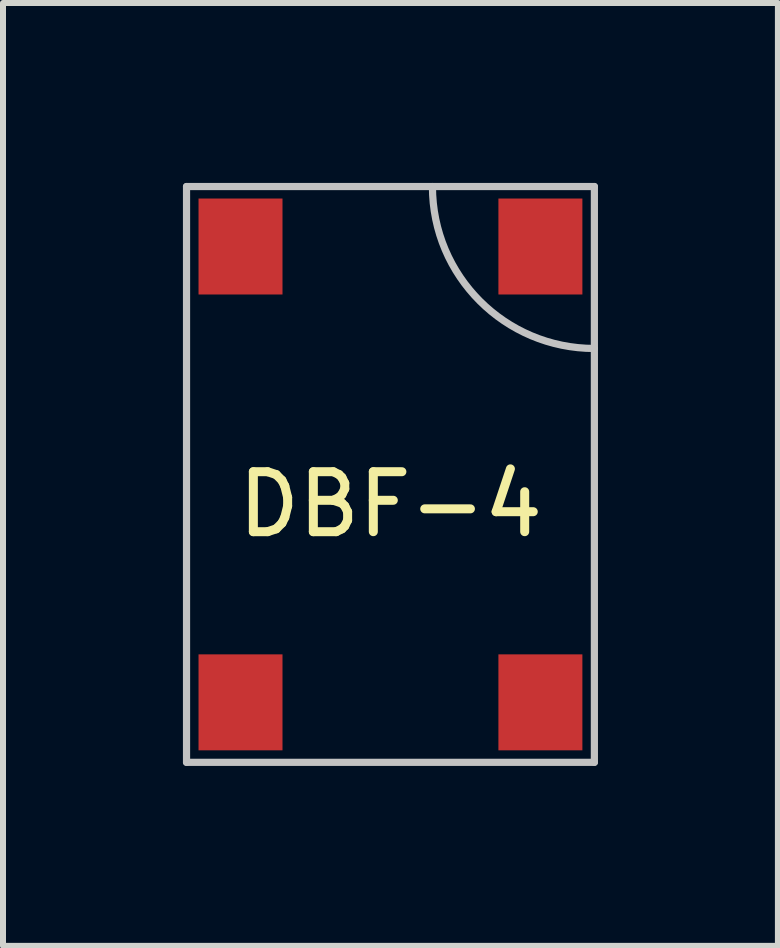
<source format=kicad_pcb>
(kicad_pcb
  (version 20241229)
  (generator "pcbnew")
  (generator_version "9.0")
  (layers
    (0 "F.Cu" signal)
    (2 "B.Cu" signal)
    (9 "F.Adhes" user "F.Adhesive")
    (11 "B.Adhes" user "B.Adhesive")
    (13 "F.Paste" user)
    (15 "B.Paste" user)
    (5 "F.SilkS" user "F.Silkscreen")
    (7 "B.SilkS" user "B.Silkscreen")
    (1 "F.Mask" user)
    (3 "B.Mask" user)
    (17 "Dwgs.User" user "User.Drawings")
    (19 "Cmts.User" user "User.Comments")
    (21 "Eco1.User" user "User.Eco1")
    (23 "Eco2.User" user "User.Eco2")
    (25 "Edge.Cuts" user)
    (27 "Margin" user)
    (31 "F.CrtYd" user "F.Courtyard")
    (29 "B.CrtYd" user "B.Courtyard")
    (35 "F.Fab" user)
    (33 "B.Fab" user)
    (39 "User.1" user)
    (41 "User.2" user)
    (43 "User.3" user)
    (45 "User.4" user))
  (footprint "DBF-4"
    (layer "F.Cu")
    (at 3.46 4.86)
    (property "Reference" "DBF-4" (at 0 0.5 0) (layer "F.SilkS") (effects (font (size 1 1) (thickness 0.15))))
    (attr through_hole)
    (fp_line (start -3.4 -4.8) (end 3.4 -4.8) (stroke (width 0.12) (type solid)) (layer "Dwgs.User"))
    (fp_line (start -3.4 4.8) (end -3.4 -4.8) (stroke (width 0.12) (type solid)) (layer "Dwgs.User"))
    (fp_line (start 3.4 -4.8) (end 3.4 4.8) (stroke (width 0.12) (type solid)) (layer "Dwgs.User"))
    (fp_line (start 3.4 4.8) (end -3.4 4.8) (stroke (width 0.12) (type solid)) (layer "Dwgs.User"))
    (fp_arc (start 3.4 -2.1) (mid 1.490812 -2.890812) (end 0.7 -4.8) (stroke (width 0.12) (type solid)) (layer "Dwgs.User"))
    (pad "1" smd rect (at 2.5 -3.8) (size 1.4 1.6) (layers "F.Cu" "F.Mask" "F.Paste"))
    (pad "2" smd rect (at 2.5 3.8) (size 1.4 1.6) (layers "F.Cu" "F.Mask" "F.Paste"))
    (pad "3" smd rect (at -2.5 -3.8) (size 1.4 1.6) (layers "F.Cu" "F.Mask" "F.Paste"))
    (pad "4" smd rect (at -2.5 3.8) (size 1.4 1.6) (layers "F.Cu" "F.Mask" "F.Paste")))
  (gr_rect
    (start -3 -3)
    (end 9.92 12.72)
    (stroke (width 0.1) (type default))
    (fill no)
    (layer "Edge.Cuts")))
</source>
